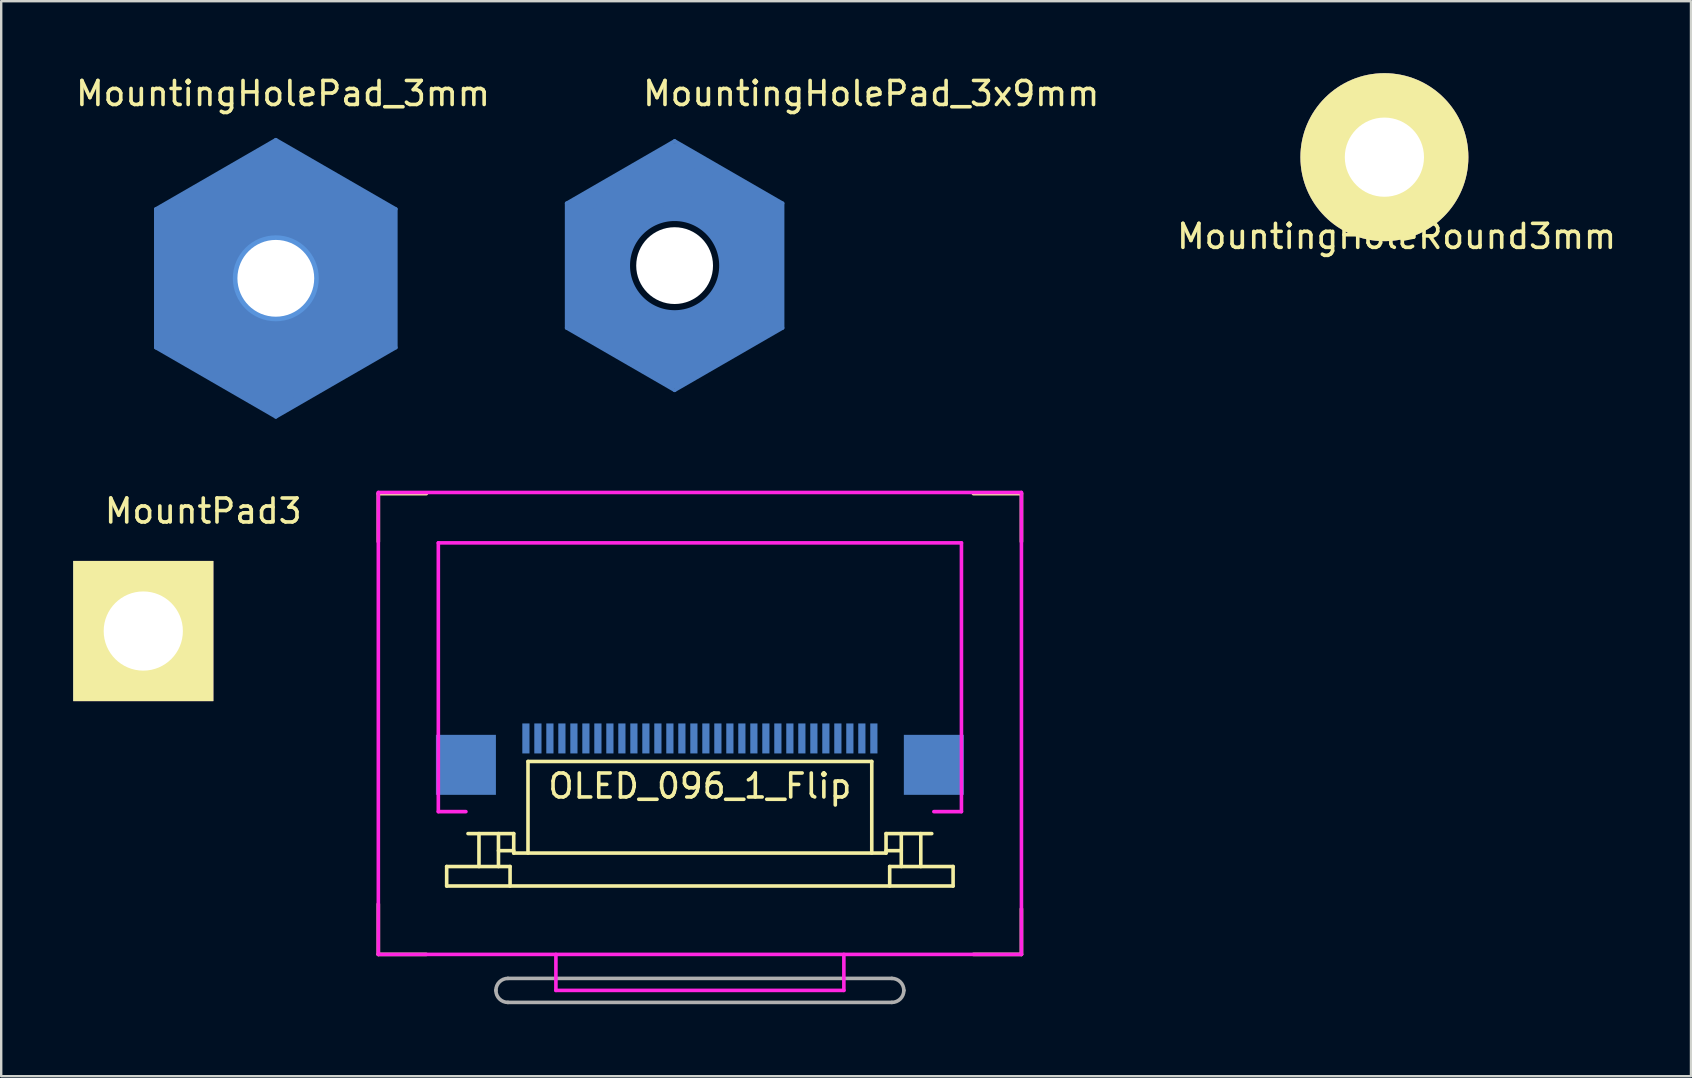
<source format=kicad_pcb>
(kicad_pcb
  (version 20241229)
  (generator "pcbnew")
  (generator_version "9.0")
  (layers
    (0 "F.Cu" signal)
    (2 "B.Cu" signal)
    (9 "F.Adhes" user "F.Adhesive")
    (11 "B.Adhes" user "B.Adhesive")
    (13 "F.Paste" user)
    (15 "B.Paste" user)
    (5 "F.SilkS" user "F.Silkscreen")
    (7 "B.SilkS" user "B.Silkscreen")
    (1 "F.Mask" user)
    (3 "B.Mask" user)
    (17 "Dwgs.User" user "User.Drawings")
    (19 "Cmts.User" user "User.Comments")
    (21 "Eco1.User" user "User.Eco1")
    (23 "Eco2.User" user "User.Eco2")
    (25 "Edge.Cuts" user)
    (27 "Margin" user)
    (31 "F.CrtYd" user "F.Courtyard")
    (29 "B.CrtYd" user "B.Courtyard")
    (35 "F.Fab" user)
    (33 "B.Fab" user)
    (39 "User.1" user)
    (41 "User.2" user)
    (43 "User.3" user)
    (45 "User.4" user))
  (footprint "OLED_096_1_Flip"
    (layer "F.Cu")
    (at 26.116 26.723)
    (property "Reference" "OLED_096_1_Flip" (at 0 2.984 0) (layer "F.SilkS") (effects (font (size 1 1) (thickness 0.15))))
    (attr smd)
    (fp_line (start -13.4 -9.2) (end -13.4 -7.2) (stroke (width 0.15) (type solid)) (layer "F.SilkS"))
    (fp_line (start -13.4 -9.2) (end -11.4 -9.2) (stroke (width 0.15) (type solid)) (layer "F.SilkS"))
    (fp_line (start -13.4 10) (end -13.4 7.9) (stroke (width 0.15) (type solid)) (layer "F.SilkS"))
    (fp_line (start -13.4 10) (end -11.4 10) (stroke (width 0.15) (type solid)) (layer "F.SilkS"))
    (fp_line (start -10.552 6.337) (end -7.91 6.337) (stroke (width 0.15) (type solid)) (layer "F.SilkS"))
    (fp_line (start -10.552 7.15) (end -10.552 6.337) (stroke (width 0.15) (type solid)) (layer "F.SilkS"))
    (fp_line (start -10.552 7.15) (end 10.552 7.15) (stroke (width 0.15) (type solid)) (layer "F.SilkS"))
    (fp_line (start -9.663 4.965) (end -7.758 4.965) (stroke (width 0.15) (type solid)) (layer "F.SilkS"))
    (fp_line (start -9.206 4.965) (end -9.206 6.337) (stroke (width 0.15) (type solid)) (layer "F.SilkS"))
    (fp_line (start -8.393 4.965) (end -8.393 6.337) (stroke (width 0.15) (type solid)) (layer "F.SilkS"))
    (fp_line (start -7.91 6.337) (end -7.91 7.15) (stroke (width 0.15) (type solid)) (layer "F.SilkS"))
    (fp_line (start -7.758 4.965) (end -7.758 5.778) (stroke (width 0.15) (type solid)) (layer "F.SilkS"))
    (fp_line (start -7.758 5.676) (end -8.393 5.676) (stroke (width 0.15) (type solid)) (layer "F.SilkS"))
    (fp_line (start -7.758 5.778) (end 7.758 5.778) (stroke (width 0.15) (type solid)) (layer "F.SilkS"))
    (fp_line (start -7.163 1.96) (end -7.163 5.778) (stroke (width 0.15) (type solid)) (layer "F.SilkS"))
    (fp_line (start -7.163 1.96) (end 7.163 1.96) (stroke (width 0.15) (type solid)) (layer "F.SilkS"))
    (fp_line (start 7.163 5.778) (end 7.163 1.96) (stroke (width 0.15) (type solid)) (layer "F.SilkS"))
    (fp_line (start 7.758 4.965) (end 9.663 4.965) (stroke (width 0.15) (type solid)) (layer "F.SilkS"))
    (fp_line (start 7.758 5.676) (end 8.393 5.676) (stroke (width 0.15) (type solid)) (layer "F.SilkS"))
    (fp_line (start 7.758 5.778) (end 7.758 4.965) (stroke (width 0.15) (type solid)) (layer "F.SilkS"))
    (fp_line (start 7.91 6.337) (end 7.91 7.15) (stroke (width 0.15) (type solid)) (layer "F.SilkS"))
    (fp_line (start 8.393 4.965) (end 8.393 6.337) (stroke (width 0.15) (type solid)) (layer "F.SilkS"))
    (fp_line (start 9.206 4.965) (end 9.206 6.337) (stroke (width 0.15) (type solid)) (layer "F.SilkS"))
    (fp_line (start 10.552 6.337) (end 7.91 6.337) (stroke (width 0.15) (type solid)) (layer "F.SilkS"))
    (fp_line (start 10.552 7.15) (end 10.552 6.337) (stroke (width 0.15) (type solid)) (layer "F.SilkS"))
    (fp_line (start 13.4 -9.2) (end 11.4 -9.2) (stroke (width 0.15) (type solid)) (layer "F.SilkS"))
    (fp_line (start 13.4 -9.2) (end 13.4 -7.2) (stroke (width 0.15) (type solid)) (layer "F.SilkS"))
    (fp_line (start 13.4 10) (end 11.4 10) (stroke (width 0.15) (type solid)) (layer "F.SilkS"))
    (fp_line (start 13.4 10) (end 13.4 8.1) (stroke (width 0.15) (type solid)) (layer "F.SilkS"))
    (fp_line (start -13.4 -9.25) (end -13.4 10) (stroke (width 0.15) (type solid)) (layer "F.CrtYd"))
    (fp_line (start -13.4 -9.25) (end 13.4 -9.25) (stroke (width 0.15) (type solid)) (layer "F.CrtYd"))
    (fp_line (start -13.4 10) (end 13.4 10) (stroke (width 0.15) (type solid)) (layer "F.CrtYd"))
    (fp_line (start -10.9 -7.15) (end -10.9 4.05) (stroke (width 0.15) (type solid)) (layer "F.CrtYd"))
    (fp_line (start -10.9 -7.15) (end 10.9 -7.15) (stroke (width 0.15) (type solid)) (layer "F.CrtYd"))
    (fp_line (start -10.9 4.05) (end -9.75 4.05) (stroke (width 0.15) (type solid)) (layer "F.CrtYd"))
    (fp_line (start -6 11.5) (end -6 10) (stroke (width 0.15) (type solid)) (layer "F.CrtYd"))
    (fp_line (start -6 11.5) (end 6 11.5) (stroke (width 0.15) (type solid)) (layer "F.CrtYd"))
    (fp_line (start 6 11.5) (end 6 10) (stroke (width 0.15) (type solid)) (layer "F.CrtYd"))
    (fp_line (start 10.9 -7.15) (end 10.9 4.05) (stroke (width 0.15) (type solid)) (layer "F.CrtYd"))
    (fp_line (start 10.9 4.05) (end 9.75 4.05) (stroke (width 0.15) (type solid)) (layer "F.CrtYd"))
    (fp_line (start 13.4 -9.25) (end 13.4 10) (stroke (width 0.15) (type solid)) (layer "F.CrtYd"))
    (fp_line (start -8 12) (end 8 12) (stroke (width 0.15) (type solid)) (layer "F.Fab"))
    (fp_line (start 8 11) (end -8 11) (stroke (width 0.15) (type solid)) (layer "F.Fab"))
    (fp_arc (start -8.5 11.5) (mid -8.353553 11.146447) (end -8 11) (stroke (width 0.15) (type solid)) (layer "F.Fab"))
    (fp_arc (start -8 12) (mid -8.353553 11.853553) (end -8.5 11.5) (stroke (width 0.15) (type solid)) (layer "F.Fab"))
    (fp_arc (start 8 11) (mid 8.353553 11.146447) (end 8.5 11.5) (stroke (width 0.15) (type solid)) (layer "F.Fab"))
    (fp_arc (start 8.5 11.5) (mid 8.353553 11.853553) (end 8 12) (stroke (width 0.15) (type solid)) (layer "F.Fab"))
    (pad "" smd rect (at -9.75 2.1) (size 2.5 2.5) (layers "B.Cu" "B.Mask" "B.Paste"))
    (pad "" smd rect (at 9.75 2.1) (size 2.5 2.5) (layers "B.Cu" "B.Mask" "B.Paste"))
    (pad "1" smd rect (at -7.25 1) (size 0.3 1.25) (layers "B.Cu" "B.Mask" "B.Paste"))
    (pad "2" smd rect (at -6.75 1) (size 0.3 1.25) (layers "B.Cu" "B.Mask" "B.Paste"))
    (pad "3" smd rect (at -6.25 1) (size 0.3 1.25) (layers "B.Cu" "B.Mask" "B.Paste"))
    (pad "4" smd rect (at -5.75 1) (size 0.3 1.25) (layers "B.Cu" "B.Mask" "B.Paste"))
    (pad "5" smd rect (at -5.25 1) (size 0.3 1.25) (layers "B.Cu" "B.Mask" "B.Paste"))
    (pad "6" smd rect (at -4.75 1) (size 0.3 1.25) (layers "B.Cu" "B.Mask" "B.Paste"))
    (pad "7" smd rect (at -4.25 1) (size 0.3 1.25) (layers "B.Cu" "B.Mask" "B.Paste"))
    (pad "8" smd rect (at -3.75 1) (size 0.3 1.25) (layers "B.Cu" "B.Mask" "B.Paste"))
    (pad "9" smd rect (at -3.25 1) (size 0.3 1.25) (layers "B.Cu" "B.Mask" "B.Paste"))
    (pad "10" smd rect (at -2.75 1) (size 0.3 1.25) (layers "B.Cu" "B.Mask" "B.Paste"))
    (pad "11" smd rect (at -2.25 1) (size 0.3 1.25) (layers "B.Cu" "B.Mask" "B.Paste"))
    (pad "12" smd rect (at -1.75 1) (size 0.3 1.25) (layers "B.Cu" "B.Mask" "B.Paste"))
    (pad "13" smd rect (at -1.25 1) (size 0.3 1.25) (layers "B.Cu" "B.Mask" "B.Paste"))
    (pad "14" smd rect (at -0.75 1) (size 0.3 1.25) (layers "B.Cu" "B.Mask" "B.Paste"))
    (pad "15" smd rect (at -0.25 1) (size 0.3 1.25) (layers "B.Cu" "B.Mask" "B.Paste"))
    (pad "16" smd rect (at 0.25 1) (size 0.3 1.25) (layers "B.Cu" "B.Mask" "B.Paste"))
    (pad "17" smd rect (at 0.75 1) (size 0.3 1.25) (layers "B.Cu" "B.Mask" "B.Paste"))
    (pad "18" smd rect (at 1.25 1) (size 0.3 1.25) (layers "B.Cu" "B.Mask" "B.Paste"))
    (pad "19" smd rect (at 1.75 1) (size 0.3 1.25) (layers "B.Cu" "B.Mask" "B.Paste"))
    (pad "20" smd rect (at 2.25 1) (size 0.3 1.25) (layers "B.Cu" "B.Mask" "B.Paste"))
    (pad "21" smd rect (at 2.75 1) (size 0.3 1.25) (layers "B.Cu" "B.Mask" "B.Paste"))
    (pad "22" smd rect (at 3.25 1) (size 0.3 1.25) (layers "B.Cu" "B.Mask" "B.Paste"))
    (pad "23" smd rect (at 3.75 1) (size 0.3 1.25) (layers "B.Cu" "B.Mask" "B.Paste"))
    (pad "24" smd rect (at 4.25 1) (size 0.3 1.25) (layers "B.Cu" "B.Mask" "B.Paste"))
    (pad "25" smd rect (at 4.75 1) (size 0.3 1.25) (layers "B.Cu" "B.Mask" "B.Paste"))
    (pad "26" smd rect (at 5.25 1) (size 0.3 1.25) (layers "B.Cu" "B.Mask" "B.Paste"))
    (pad "27" smd rect (at 5.75 1) (size 0.3 1.25) (layers "B.Cu" "B.Mask" "B.Paste"))
    (pad "28" smd rect (at 6.25 1) (size 0.3 1.25) (layers "B.Cu" "B.Mask" "B.Paste"))
    (pad "29" smd rect (at 6.75 1) (size 0.3 1.25) (layers "B.Cu" "B.Mask" "B.Paste"))
    (pad "30" smd rect (at 7.25 1) (size 0.3 1.25) (layers "B.Cu" "B.Mask" "B.Paste")))
  (footprint "MountingHolePad_3mm"
    (layer "F.Cu")
    (at 8.444 8.548)
    (property "Reference" "MountingHolePad_3mm" (at 0.3 -7.7 0) (layer "F.SilkS") (effects (font (size 1 1) (thickness 0.15))))
    (attr through_hole)
    (fp_line (start -5 -2.887) (end 0 -5.774) (stroke (width 0.152) (type solid)) (layer "B.Cu"))
    (fp_line (start -5 2.887) (end -5 -2.887) (stroke (width 0.152) (type solid)) (layer "B.Cu"))
    (fp_line (start -5 2.887) (end 0 5.774) (stroke (width 0.152) (type solid)) (layer "B.Cu"))
    (fp_line (start -4.5 -2.6) (end 0 -5.2) (stroke (width 1) (type solid)) (layer "B.Cu"))
    (fp_line (start -4.5 2.6) (end -4.5 -2.6) (stroke (width 1) (type solid)) (layer "B.Cu"))
    (fp_line (start 0 -5.774) (end 5 -2.887) (stroke (width 0.152) (type solid)) (layer "B.Cu"))
    (fp_line (start 0 -5.2) (end 4.5 -2.6) (stroke (width 1) (type solid)) (layer "B.Cu"))
    (fp_line (start 0 5.2) (end -4.5 2.6) (stroke (width 1) (type solid)) (layer "B.Cu"))
    (fp_line (start 4.5 -2.6) (end 4.5 2.6) (stroke (width 1) (type solid)) (layer "B.Cu"))
    (fp_line (start 4.5 2.6) (end 0 5.2) (stroke (width 1) (type solid)) (layer "B.Cu"))
    (fp_line (start 5 2.887) (end 0 5.774) (stroke (width 0.152) (type solid)) (layer "B.Cu"))
    (fp_line (start 5 2.887) (end 5 -2.887) (stroke (width 0.152) (type solid)) (layer "B.Cu"))
    (fp_circle (center 0 0) (end 0 -1.6) (stroke (width 0.381) (type solid)) (fill no) (layer "Cmts.User"))
    (pad "" np_thru_hole circle (at 0 0 90) (size 3.2 3.2) (drill 3.2) (layers "*.Cu" "*.Mask"))
    (pad "1" smd circle (at 0 0 100) (size 10 10) (layers "B.Cu" "B.Mask" "B.Paste")))
  (footprint "MountingHoleRound3mm"
    (layer "F.Cu")
    (at 54.642 3.5)
    (property "Reference" "MountingHoleRound3mm" (at 0.508 3.302 0) (layer "F.SilkS") (effects (font (size 1 1) (thickness 0.15))))
    (attr through_hole)
    (pad "1" thru_hole circle (at 0 0) (size 7 7) (drill 3.3) (layers "*.Cu" "*.Mask" "F.SilkS")))
  (footprint "MountPad3"
    (layer "F.Cu")
    (at 2.921 23.247)
    (property "Reference" "MountPad3" (at 2.5 -5 0) (layer "F.SilkS") (effects (font (size 1 1) (thickness 0.15))))
    (attr through_hole)
    (pad "1" thru_hole rect (at 0 0) (size 5.842 5.842) (drill 3.3) (layers "*.Cu" "*.Mask" "F.SilkS")))
  (footprint "MountingHolePad_3x9mm"
    (layer "F.Cu")
    (at 25.063 8.019)
    (property "Reference" "MountingHolePad_3x9mm" (at 8.194 -7.171 0) (layer "F.SilkS") (effects (font (size 1 1) (thickness 0.15))))
    (attr through_hole)
    (fp_line (start -4.5 -2.598) (end -4.5 2.598) (stroke (width 0.15) (type solid)) (layer "B.Cu"))
    (fp_line (start -4.5 -2.598) (end 0 -5.196) (stroke (width 0.15) (type solid)) (layer "B.Cu"))
    (fp_line (start -4 -2.3) (end 0 -4.6) (stroke (width 1) (type solid)) (layer "B.Cu"))
    (fp_line (start -4 2.3) (end -4 -2.3) (stroke (width 1) (type solid)) (layer "B.Cu"))
    (fp_line (start 0 -5.196) (end 4.5 -2.598) (stroke (width 0.15) (type solid)) (layer "B.Cu"))
    (fp_line (start 0 -4.6) (end 4 -2.3) (stroke (width 1) (type solid)) (layer "B.Cu"))
    (fp_line (start 0 4.6) (end -4 2.3) (stroke (width 1) (type solid)) (layer "B.Cu"))
    (fp_line (start 0 5.196) (end -4.5 2.598) (stroke (width 0.15) (type solid)) (layer "B.Cu"))
    (fp_line (start 4 -2.3) (end 4 2.3) (stroke (width 1) (type solid)) (layer "B.Cu"))
    (fp_line (start 4 2.3) (end 0 4.6) (stroke (width 1) (type solid)) (layer "B.Cu"))
    (fp_line (start 4.5 -2.598) (end 4.5 2.598) (stroke (width 0.15) (type solid)) (layer "B.Cu"))
    (fp_line (start 4.5 2.598) (end 0 5.196) (stroke (width 0.15) (type solid)) (layer "B.Cu"))
    (fp_circle (center 0 0) (end 2.85 -0.88) (stroke (width 2.25) (type solid)) (fill no) (layer "B.Cu"))
    (fp_line (start -4.5 -2.598) (end -4.5 2.598) (stroke (width 0.15) (type solid)) (layer "B.Mask"))
    (fp_line (start -4.5 -2.598) (end 0 -5.196) (stroke (width 0.15) (type solid)) (layer "B.Mask"))
    (fp_line (start -4 -2.3) (end 0 -4.6) (stroke (width 1) (type solid)) (layer "B.Mask"))
    (fp_line (start -4 2.3) (end -4 -2.3) (stroke (width 1) (type solid)) (layer "B.Mask"))
    (fp_line (start 0 -5.196) (end 4.5 -2.598) (stroke (width 0.15) (type solid)) (layer "B.Mask"))
    (fp_line (start 0 -4.6) (end 4 -2.3) (stroke (width 1) (type solid)) (layer "B.Mask"))
    (fp_line (start 0 4.6) (end -4 2.3) (stroke (width 1) (type solid)) (layer "B.Mask"))
    (fp_line (start 0 5.196) (end -4.5 2.598) (stroke (width 0.15) (type solid)) (layer "B.Mask"))
    (fp_line (start 4 -2.3) (end 4 2.3) (stroke (width 1) (type solid)) (layer "B.Mask"))
    (fp_line (start 4 2.3) (end 0 4.6) (stroke (width 1) (type solid)) (layer "B.Mask"))
    (fp_line (start 4.5 -2.598) (end 4.5 2.598) (stroke (width 0.15) (type solid)) (layer "B.Mask"))
    (fp_line (start 4.5 2.598) (end 0 5.196) (stroke (width 0.15) (type solid)) (layer "B.Mask"))
    (fp_circle (center 0 0) (end 2.85 -0.88) (stroke (width 2.25) (type solid)) (fill no) (layer "B.Mask"))
    (fp_circle (center 0 0) (end 2.85 -0.88) (stroke (width 2.25) (type solid)) (fill no) (layer "B.Paste"))
    (pad "" np_thru_hole circle (at 0 0 90) (size 3.2 3.2) (drill 3.2) (layers "*.Cu" "*.Mask"))
    (pad "1" smd circle (at 0 -3.1) (size 1.524 1.524) (layers "F.Mask" "B.Cu" "F.Paste")))
  (gr_rect
    (start -3 -3)
    (end 67.418 41.798)
    (stroke (width 0.1) (type default))
    (fill no)
    (layer "Edge.Cuts")))
</source>
